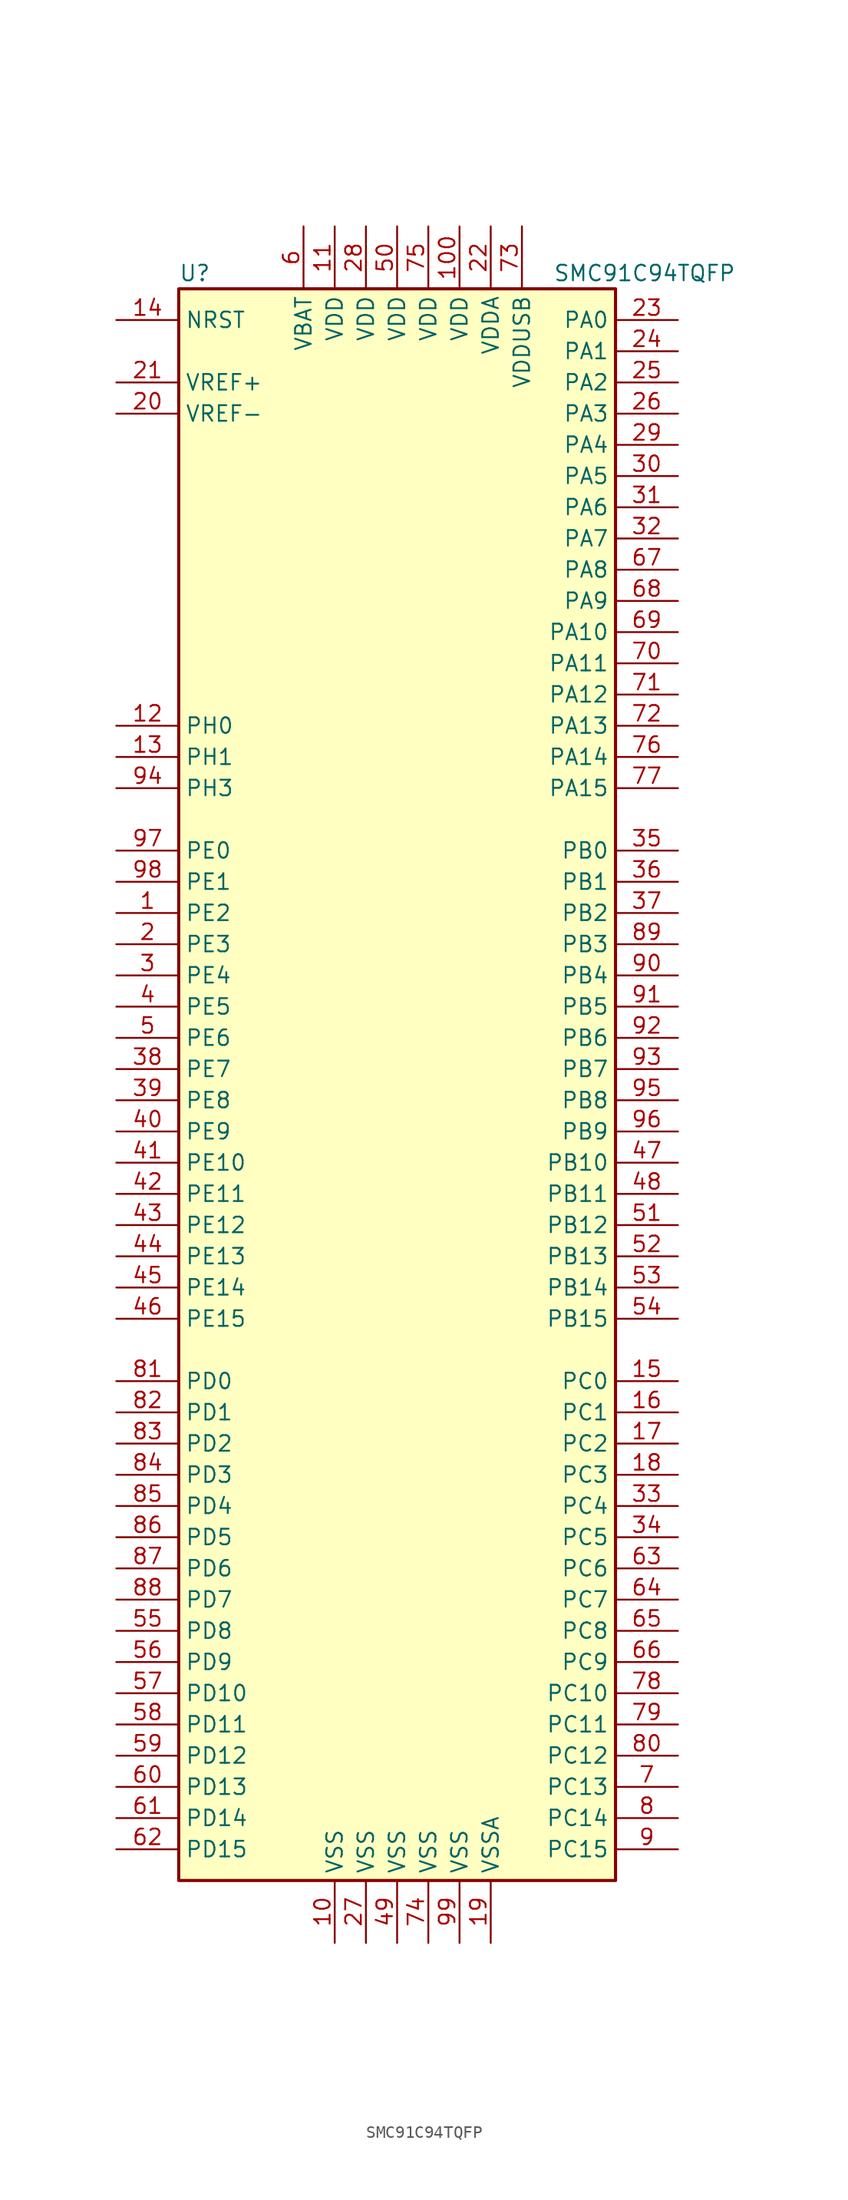
<source format=kicad_sym>
(kicad_symbol_lib
  (version 20220914)
  (generator kicad_symbol_editor)
  (symbol "SMC91C94TQFP"
    (property "Reference" "U"
      (at -17.78 64.77 0)
      (effects (font (size 1.27 1.27)) (justify left)))
    (property "Value" "SMC91C94TQFP"
      (at 12.7 64.77 0)
      (effects (font (size 1.27 1.27)) (justify left)))
    (symbol "SMC91C94TQFP_0_1"
      (rectangle (start -17.78 -66.04) (end 17.78 63.5) (stroke (width 0.254) (type default)) (fill (type background))))
    (symbol "SMC91C94TQFP_1_1"
      (pin bidirectional line (at -22.86 12.7 0) (length 5.08) (name "PE2" (effects (font (size 1.27 1.27)))) (number "1" (effects (font (size 1.27 1.27)))))
      (pin power_in line (at -5.08 -71.12 90) (length 5.08) (name "VSS" (effects (font (size 1.27 1.27)))) (number "10" (effects (font (size 1.27 1.27)))))
      (pin power_in line (at 5.08 68.58 270) (length 5.08) (name "VDD" (effects (font (size 1.27 1.27)))) (number "100" (effects (font (size 1.27 1.27)))))
      (pin power_in line (at -5.08 68.58 270) (length 5.08) (name "VDD" (effects (font (size 1.27 1.27)))) (number "11" (effects (font (size 1.27 1.27)))))
      (pin input line (at -22.86 27.94 0) (length 5.08) (name "PH0" (effects (font (size 1.27 1.27)))) (number "12" (effects (font (size 1.27 1.27)))))
      (pin input line (at -22.86 25.4 0) (length 5.08) (name "PH1" (effects (font (size 1.27 1.27)))) (number "13" (effects (font (size 1.27 1.27)))))
      (pin input line (at -22.86 60.96 0) (length 5.08) (name "NRST" (effects (font (size 1.27 1.27)))) (number "14" (effects (font (size 1.27 1.27)))))
      (pin bidirectional line (at 22.86 -25.4 180) (length 5.08) (name "PC0" (effects (font (size 1.27 1.27)))) (number "15" (effects (font (size 1.27 1.27)))))
      (pin bidirectional line (at 22.86 -27.94 180) (length 5.08) (name "PC1" (effects (font (size 1.27 1.27)))) (number "16" (effects (font (size 1.27 1.27)))))
      (pin bidirectional line (at 22.86 -30.48 180) (length 5.08) (name "PC2" (effects (font (size 1.27 1.27)))) (number "17" (effects (font (size 1.27 1.27)))))
      (pin bidirectional line (at 22.86 -33.02 180) (length 5.08) (name "PC3" (effects (font (size 1.27 1.27)))) (number "18" (effects (font (size 1.27 1.27)))))
      (pin power_in line (at 7.62 -71.12 90) (length 5.08) (name "VSSA" (effects (font (size 1.27 1.27)))) (number "19" (effects (font (size 1.27 1.27)))))
      (pin bidirectional line (at -22.86 10.16 0) (length 5.08) (name "PE3" (effects (font (size 1.27 1.27)))) (number "2" (effects (font (size 1.27 1.27)))))
      (pin power_in line (at -22.86 53.34 0) (length 5.08) (name "VREF-" (effects (font (size 1.27 1.27)))) (number "20" (effects (font (size 1.27 1.27)))))
      (pin bidirectional line (at -22.86 55.88 0) (length 5.08) (name "VREF+" (effects (font (size 1.27 1.27)))) (number "21" (effects (font (size 1.27 1.27)))))
      (pin power_in line (at 7.62 68.58 270) (length 5.08) (name "VDDA" (effects (font (size 1.27 1.27)))) (number "22" (effects (font (size 1.27 1.27)))))
      (pin bidirectional line (at 22.86 60.96 180) (length 5.08) (name "PA0" (effects (font (size 1.27 1.27)))) (number "23" (effects (font (size 1.27 1.27)))))
      (pin bidirectional line (at 22.86 58.42 180) (length 5.08) (name "PA1" (effects (font (size 1.27 1.27)))) (number "24" (effects (font (size 1.27 1.27)))))
      (pin bidirectional line (at 22.86 55.88 180) (length 5.08) (name "PA2" (effects (font (size 1.27 1.27)))) (number "25" (effects (font (size 1.27 1.27)))))
      (pin bidirectional line (at 22.86 53.34 180) (length 5.08) (name "PA3" (effects (font (size 1.27 1.27)))) (number "26" (effects (font (size 1.27 1.27)))))
      (pin power_in line (at -2.54 -71.12 90) (length 5.08) (name "VSS" (effects (font (size 1.27 1.27)))) (number "27" (effects (font (size 1.27 1.27)))))
      (pin power_in line (at -2.54 68.58 270) (length 5.08) (name "VDD" (effects (font (size 1.27 1.27)))) (number "28" (effects (font (size 1.27 1.27)))))
      (pin bidirectional line (at 22.86 50.8 180) (length 5.08) (name "PA4" (effects (font (size 1.27 1.27)))) (number "29" (effects (font (size 1.27 1.27)))))
      (pin bidirectional line (at -22.86 7.62 0) (length 5.08) (name "PE4" (effects (font (size 1.27 1.27)))) (number "3" (effects (font (size 1.27 1.27)))))
      (pin bidirectional line (at 22.86 48.26 180) (length 5.08) (name "PA5" (effects (font (size 1.27 1.27)))) (number "30" (effects (font (size 1.27 1.27)))))
      (pin bidirectional line (at 22.86 45.72 180) (length 5.08) (name "PA6" (effects (font (size 1.27 1.27)))) (number "31" (effects (font (size 1.27 1.27)))))
      (pin bidirectional line (at 22.86 43.18 180) (length 5.08) (name "PA7" (effects (font (size 1.27 1.27)))) (number "32" (effects (font (size 1.27 1.27)))))
      (pin bidirectional line (at 22.86 -35.56 180) (length 5.08) (name "PC4" (effects (font (size 1.27 1.27)))) (number "33" (effects (font (size 1.27 1.27)))))
      (pin bidirectional line (at 22.86 -38.1 180) (length 5.08) (name "PC5" (effects (font (size 1.27 1.27)))) (number "34" (effects (font (size 1.27 1.27)))))
      (pin bidirectional line (at 22.86 17.78 180) (length 5.08) (name "PB0" (effects (font (size 1.27 1.27)))) (number "35" (effects (font (size 1.27 1.27)))))
      (pin bidirectional line (at 22.86 15.24 180) (length 5.08) (name "PB1" (effects (font (size 1.27 1.27)))) (number "36" (effects (font (size 1.27 1.27)))))
      (pin bidirectional line (at 22.86 12.7 180) (length 5.08) (name "PB2" (effects (font (size 1.27 1.27)))) (number "37" (effects (font (size 1.27 1.27)))))
      (pin bidirectional line (at -22.86 0 0) (length 5.08) (name "PE7" (effects (font (size 1.27 1.27)))) (number "38" (effects (font (size 1.27 1.27)))))
      (pin bidirectional line (at -22.86 -2.54 0) (length 5.08) (name "PE8" (effects (font (size 1.27 1.27)))) (number "39" (effects (font (size 1.27 1.27)))))
      (pin bidirectional line (at -22.86 5.08 0) (length 5.08) (name "PE5" (effects (font (size 1.27 1.27)))) (number "4" (effects (font (size 1.27 1.27)))))
      (pin bidirectional line (at -22.86 -5.08 0) (length 5.08) (name "PE9" (effects (font (size 1.27 1.27)))) (number "40" (effects (font (size 1.27 1.27)))))
      (pin bidirectional line (at -22.86 -7.62 0) (length 5.08) (name "PE10" (effects (font (size 1.27 1.27)))) (number "41" (effects (font (size 1.27 1.27)))))
      (pin bidirectional line (at -22.86 -10.16 0) (length 5.08) (name "PE11" (effects (font (size 1.27 1.27)))) (number "42" (effects (font (size 1.27 1.27)))))
      (pin bidirectional line (at -22.86 -12.7 0) (length 5.08) (name "PE12" (effects (font (size 1.27 1.27)))) (number "43" (effects (font (size 1.27 1.27)))))
      (pin bidirectional line (at -22.86 -15.24 0) (length 5.08) (name "PE13" (effects (font (size 1.27 1.27)))) (number "44" (effects (font (size 1.27 1.27)))))
      (pin bidirectional line (at -22.86 -17.78 0) (length 5.08) (name "PE14" (effects (font (size 1.27 1.27)))) (number "45" (effects (font (size 1.27 1.27)))))
      (pin bidirectional line (at -22.86 -20.32 0) (length 5.08) (name "PE15" (effects (font (size 1.27 1.27)))) (number "46" (effects (font (size 1.27 1.27)))))
      (pin bidirectional line (at 22.86 -7.62 180) (length 5.08) (name "PB10" (effects (font (size 1.27 1.27)))) (number "47" (effects (font (size 1.27 1.27)))))
      (pin bidirectional line (at 22.86 -10.16 180) (length 5.08) (name "PB11" (effects (font (size 1.27 1.27)))) (number "48" (effects (font (size 1.27 1.27)))))
      (pin power_in line (at 0 -71.12 90) (length 5.08) (name "VSS" (effects (font (size 1.27 1.27)))) (number "49" (effects (font (size 1.27 1.27)))))
      (pin bidirectional line (at -22.86 2.54 0) (length 5.08) (name "PE6" (effects (font (size 1.27 1.27)))) (number "5" (effects (font (size 1.27 1.27)))))
      (pin power_in line (at 0 68.58 270) (length 5.08) (name "VDD" (effects (font (size 1.27 1.27)))) (number "50" (effects (font (size 1.27 1.27)))))
      (pin bidirectional line (at 22.86 -12.7 180) (length 5.08) (name "PB12" (effects (font (size 1.27 1.27)))) (number "51" (effects (font (size 1.27 1.27)))))
      (pin bidirectional line (at 22.86 -15.24 180) (length 5.08) (name "PB13" (effects (font (size 1.27 1.27)))) (number "52" (effects (font (size 1.27 1.27)))))
      (pin bidirectional line (at 22.86 -17.78 180) (length 5.08) (name "PB14" (effects (font (size 1.27 1.27)))) (number "53" (effects (font (size 1.27 1.27)))))
      (pin bidirectional line (at 22.86 -20.32 180) (length 5.08) (name "PB15" (effects (font (size 1.27 1.27)))) (number "54" (effects (font (size 1.27 1.27)))))
      (pin bidirectional line (at -22.86 -45.72 0) (length 5.08) (name "PD8" (effects (font (size 1.27 1.27)))) (number "55" (effects (font (size 1.27 1.27)))))
      (pin bidirectional line (at -22.86 -48.26 0) (length 5.08) (name "PD9" (effects (font (size 1.27 1.27)))) (number "56" (effects (font (size 1.27 1.27)))))
      (pin bidirectional line (at -22.86 -50.8 0) (length 5.08) (name "PD10" (effects (font (size 1.27 1.27)))) (number "57" (effects (font (size 1.27 1.27)))))
      (pin bidirectional line (at -22.86 -53.34 0) (length 5.08) (name "PD11" (effects (font (size 1.27 1.27)))) (number "58" (effects (font (size 1.27 1.27)))))
      (pin bidirectional line (at -22.86 -55.88 0) (length 5.08) (name "PD12" (effects (font (size 1.27 1.27)))) (number "59" (effects (font (size 1.27 1.27)))))
      (pin power_in line (at -7.62 68.58 270) (length 5.08) (name "VBAT" (effects (font (size 1.27 1.27)))) (number "6" (effects (font (size 1.27 1.27)))))
      (pin bidirectional line (at -22.86 -58.42 0) (length 5.08) (name "PD13" (effects (font (size 1.27 1.27)))) (number "60" (effects (font (size 1.27 1.27)))))
      (pin bidirectional line (at -22.86 -60.96 0) (length 5.08) (name "PD14" (effects (font (size 1.27 1.27)))) (number "61" (effects (font (size 1.27 1.27)))))
      (pin bidirectional line (at -22.86 -63.5 0) (length 5.08) (name "PD15" (effects (font (size 1.27 1.27)))) (number "62" (effects (font (size 1.27 1.27)))))
      (pin bidirectional line (at 22.86 -40.64 180) (length 5.08) (name "PC6" (effects (font (size 1.27 1.27)))) (number "63" (effects (font (size 1.27 1.27)))))
      (pin bidirectional line (at 22.86 -43.18 180) (length 5.08) (name "PC7" (effects (font (size 1.27 1.27)))) (number "64" (effects (font (size 1.27 1.27)))))
      (pin bidirectional line (at 22.86 -45.72 180) (length 5.08) (name "PC8" (effects (font (size 1.27 1.27)))) (number "65" (effects (font (size 1.27 1.27)))))
      (pin bidirectional line (at 22.86 -48.26 180) (length 5.08) (name "PC9" (effects (font (size 1.27 1.27)))) (number "66" (effects (font (size 1.27 1.27)))))
      (pin bidirectional line (at 22.86 40.64 180) (length 5.08) (name "PA8" (effects (font (size 1.27 1.27)))) (number "67" (effects (font (size 1.27 1.27)))))
      (pin bidirectional line (at 22.86 38.1 180) (length 5.08) (name "PA9" (effects (font (size 1.27 1.27)))) (number "68" (effects (font (size 1.27 1.27)))))
      (pin bidirectional line (at 22.86 35.56 180) (length 5.08) (name "PA10" (effects (font (size 1.27 1.27)))) (number "69" (effects (font (size 1.27 1.27)))))
      (pin bidirectional line (at 22.86 -58.42 180) (length 5.08) (name "PC13" (effects (font (size 1.27 1.27)))) (number "7" (effects (font (size 1.27 1.27)))))
      (pin bidirectional line (at 22.86 33.02 180) (length 5.08) (name "PA11" (effects (font (size 1.27 1.27)))) (number "70" (effects (font (size 1.27 1.27)))))
      (pin bidirectional line (at 22.86 30.48 180) (length 5.08) (name "PA12" (effects (font (size 1.27 1.27)))) (number "71" (effects (font (size 1.27 1.27)))))
      (pin bidirectional line (at 22.86 27.94 180) (length 5.08) (name "PA13" (effects (font (size 1.27 1.27)))) (number "72" (effects (font (size 1.27 1.27)))))
      (pin power_in line (at 10.16 68.58 270) (length 5.08) (name "VDDUSB" (effects (font (size 1.27 1.27)))) (number "73" (effects (font (size 1.27 1.27)))))
      (pin power_in line (at 2.54 -71.12 90) (length 5.08) (name "VSS" (effects (font (size 1.27 1.27)))) (number "74" (effects (font (size 1.27 1.27)))))
      (pin power_in line (at 2.54 68.58 270) (length 5.08) (name "VDD" (effects (font (size 1.27 1.27)))) (number "75" (effects (font (size 1.27 1.27)))))
      (pin bidirectional line (at 22.86 25.4 180) (length 5.08) (name "PA14" (effects (font (size 1.27 1.27)))) (number "76" (effects (font (size 1.27 1.27)))))
      (pin bidirectional line (at 22.86 22.86 180) (length 5.08) (name "PA15" (effects (font (size 1.27 1.27)))) (number "77" (effects (font (size 1.27 1.27)))))
      (pin bidirectional line (at 22.86 -50.8 180) (length 5.08) (name "PC10" (effects (font (size 1.27 1.27)))) (number "78" (effects (font (size 1.27 1.27)))))
      (pin bidirectional line (at 22.86 -53.34 180) (length 5.08) (name "PC11" (effects (font (size 1.27 1.27)))) (number "79" (effects (font (size 1.27 1.27)))))
      (pin bidirectional line (at 22.86 -60.96 180) (length 5.08) (name "PC14" (effects (font (size 1.27 1.27)))) (number "8" (effects (font (size 1.27 1.27)))))
      (pin bidirectional line (at 22.86 -55.88 180) (length 5.08) (name "PC12" (effects (font (size 1.27 1.27)))) (number "80" (effects (font (size 1.27 1.27)))))
      (pin bidirectional line (at -22.86 -25.4 0) (length 5.08) (name "PD0" (effects (font (size 1.27 1.27)))) (number "81" (effects (font (size 1.27 1.27)))))
      (pin bidirectional line (at -22.86 -27.94 0) (length 5.08) (name "PD1" (effects (font (size 1.27 1.27)))) (number "82" (effects (font (size 1.27 1.27)))))
      (pin bidirectional line (at -22.86 -30.48 0) (length 5.08) (name "PD2" (effects (font (size 1.27 1.27)))) (number "83" (effects (font (size 1.27 1.27)))))
      (pin bidirectional line (at -22.86 -33.02 0) (length 5.08) (name "PD3" (effects (font (size 1.27 1.27)))) (number "84" (effects (font (size 1.27 1.27)))))
      (pin bidirectional line (at -22.86 -35.56 0) (length 5.08) (name "PD4" (effects (font (size 1.27 1.27)))) (number "85" (effects (font (size 1.27 1.27)))))
      (pin bidirectional line (at -22.86 -38.1 0) (length 5.08) (name "PD5" (effects (font (size 1.27 1.27)))) (number "86" (effects (font (size 1.27 1.27)))))
      (pin bidirectional line (at -22.86 -40.64 0) (length 5.08) (name "PD6" (effects (font (size 1.27 1.27)))) (number "87" (effects (font (size 1.27 1.27)))))
      (pin bidirectional line (at -22.86 -43.18 0) (length 5.08) (name "PD7" (effects (font (size 1.27 1.27)))) (number "88" (effects (font (size 1.27 1.27)))))
      (pin bidirectional line (at 22.86 10.16 180) (length 5.08) (name "PB3" (effects (font (size 1.27 1.27)))) (number "89" (effects (font (size 1.27 1.27)))))
      (pin bidirectional line (at 22.86 -63.5 180) (length 5.08) (name "PC15" (effects (font (size 1.27 1.27)))) (number "9" (effects (font (size 1.27 1.27)))))
      (pin bidirectional line (at 22.86 7.62 180) (length 5.08) (name "PB4" (effects (font (size 1.27 1.27)))) (number "90" (effects (font (size 1.27 1.27)))))
      (pin bidirectional line (at 22.86 5.08 180) (length 5.08) (name "PB5" (effects (font (size 1.27 1.27)))) (number "91" (effects (font (size 1.27 1.27)))))
      (pin bidirectional line (at 22.86 2.54 180) (length 5.08) (name "PB6" (effects (font (size 1.27 1.27)))) (number "92" (effects (font (size 1.27 1.27)))))
      (pin bidirectional line (at 22.86 0 180) (length 5.08) (name "PB7" (effects (font (size 1.27 1.27)))) (number "93" (effects (font (size 1.27 1.27)))))
      (pin bidirectional line (at -22.86 22.86 0) (length 5.08) (name "PH3" (effects (font (size 1.27 1.27)))) (number "94" (effects (font (size 1.27 1.27)))))
      (pin bidirectional line (at 22.86 -2.54 180) (length 5.08) (name "PB8" (effects (font (size 1.27 1.27)))) (number "95" (effects (font (size 1.27 1.27)))))
      (pin bidirectional line (at 22.86 -5.08 180) (length 5.08) (name "PB9" (effects (font (size 1.27 1.27)))) (number "96" (effects (font (size 1.27 1.27)))))
      (pin bidirectional line (at -22.86 17.78 0) (length 5.08) (name "PE0" (effects (font (size 1.27 1.27)))) (number "97" (effects (font (size 1.27 1.27)))))
      (pin bidirectional line (at -22.86 15.24 0) (length 5.08) (name "PE1" (effects (font (size 1.27 1.27)))) (number "98" (effects (font (size 1.27 1.27)))))
      (pin power_in line (at 5.08 -71.12 90) (length 5.08) (name "VSS" (effects (font (size 1.27 1.27)))) (number "99" (effects (font (size 1.27 1.27))))))))
</source>
